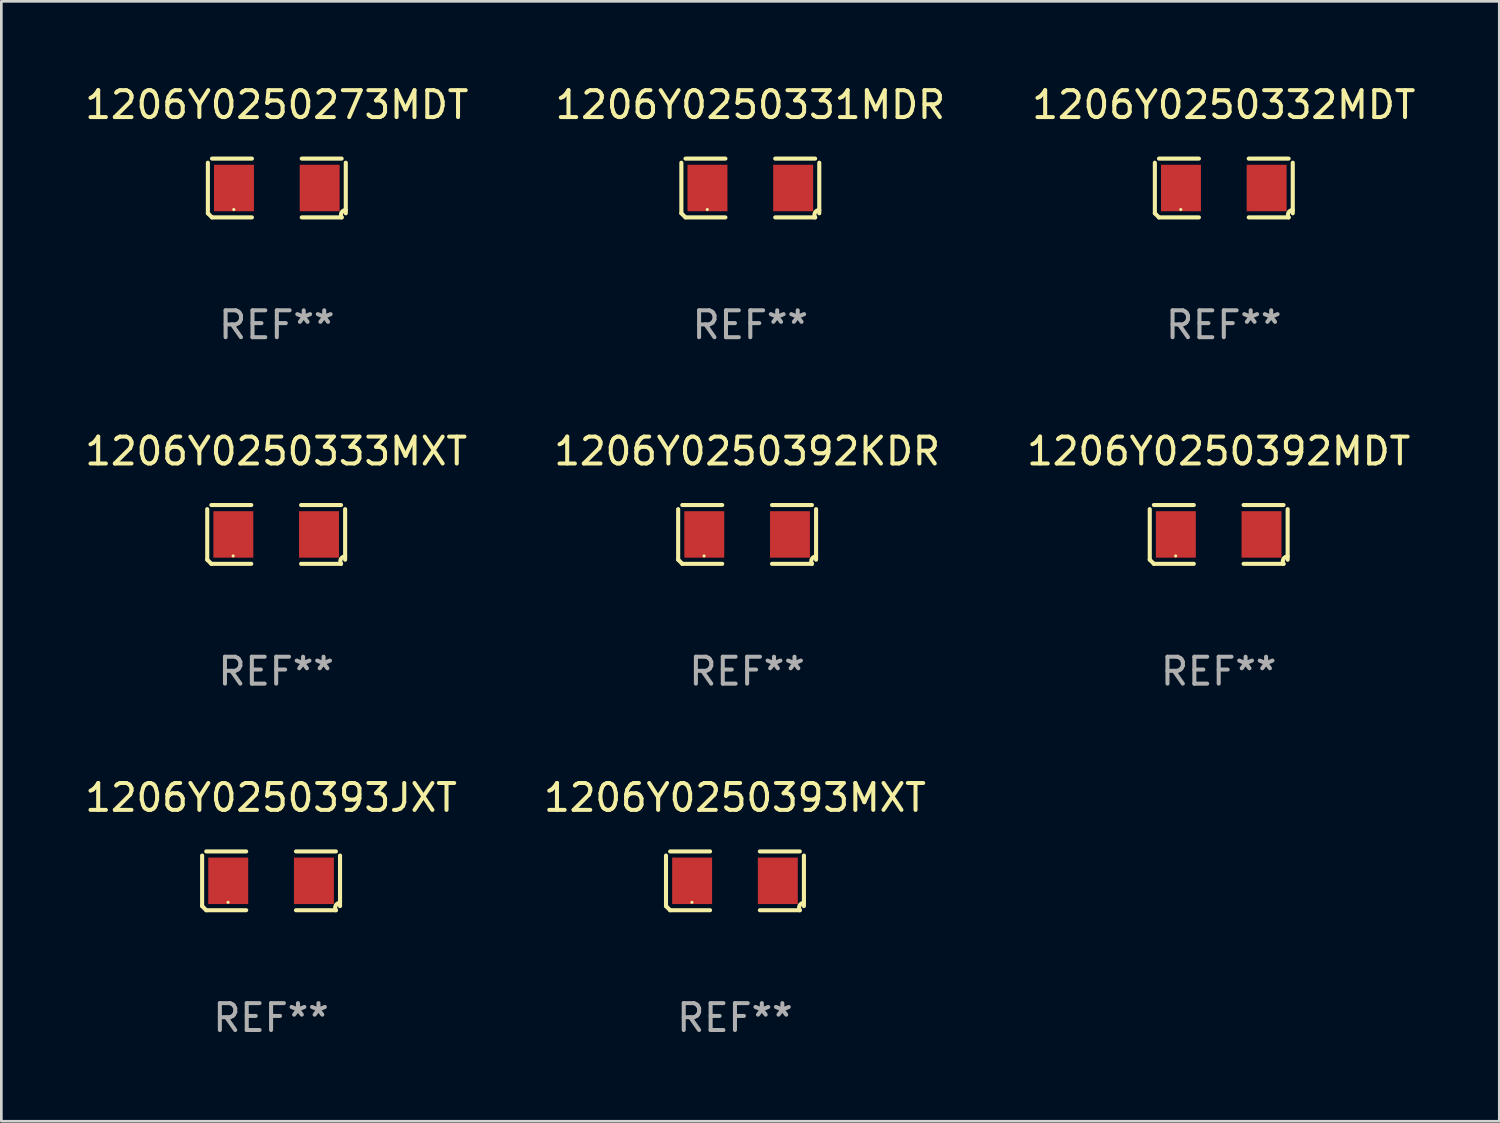
<source format=kicad_pcb>
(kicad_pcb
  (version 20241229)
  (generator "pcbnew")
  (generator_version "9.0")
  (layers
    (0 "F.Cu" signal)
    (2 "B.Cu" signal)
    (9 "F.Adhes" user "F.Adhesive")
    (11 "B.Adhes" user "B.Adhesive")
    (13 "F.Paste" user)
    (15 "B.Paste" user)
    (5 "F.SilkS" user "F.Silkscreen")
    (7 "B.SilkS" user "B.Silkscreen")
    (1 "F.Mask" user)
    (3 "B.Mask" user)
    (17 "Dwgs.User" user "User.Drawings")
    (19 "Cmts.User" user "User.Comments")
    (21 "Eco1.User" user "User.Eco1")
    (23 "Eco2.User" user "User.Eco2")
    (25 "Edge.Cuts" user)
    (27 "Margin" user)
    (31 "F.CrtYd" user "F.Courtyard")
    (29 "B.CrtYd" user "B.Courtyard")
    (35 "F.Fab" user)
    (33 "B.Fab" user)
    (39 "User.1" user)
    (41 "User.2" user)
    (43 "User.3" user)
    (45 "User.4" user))
  (footprint "1206Y0250392MDT"
    (layer "F.Cu")
    (at 42.268 16.823)
    (property "Reference" "1206Y0250392MDT" (at 0 -3.093 0) (layer "F.SilkS") (effects (font (size 1 1) (thickness 0.15))))
    (attr through_hole)
    (fp_line (start -2.564 0.94) (end -2.564 -0.94) (stroke (width 0.152) (type solid)) (layer "F.SilkS"))
    (fp_line (start -2.411 -1.093) (end -0.926 -1.093) (stroke (width 0.152) (type solid)) (layer "F.SilkS"))
    (fp_line (start -0.926 1.093) (end -2.411 1.093) (stroke (width 0.152) (type solid)) (layer "F.SilkS"))
    (fp_line (start 0.926 1.093) (end 2.411 1.093) (stroke (width 0.152) (type solid)) (layer "F.SilkS"))
    (fp_line (start 2.411 -1.093) (end 0.926 -1.093) (stroke (width 0.152) (type solid)) (layer "F.SilkS"))
    (fp_line (start 2.564 0.94) (end 2.564 -0.94) (stroke (width 0.152) (type solid)) (layer "F.SilkS"))
    (fp_arc (start -2.411201 1.092609) (mid -2.487413 1.01642) (end -2.563602 0.940208) (stroke (width 0.1524) (type solid)) (layer "F.SilkS"))
    (fp_arc (start 2.411201 1.092609) (mid 2.407159 0.911226) (end 2.563602 0.819347) (stroke (width 0.1524) (type solid)) (layer "F.SilkS"))
    (fp_circle (center -1.6 0.8) (end -1.57 0.8) (stroke (width 0.06) (type solid)) (fill no) (layer "F.SilkS"))
    (fp_text user "REF**" (at 0 5.093 0) (layer "F.Fab") (effects (font (size 1 1) (thickness 0.15))))
    (pad "1" smd rect (at -1.593 0) (size 1.485 1.728) (layers "F.Cu" "F.Mask" "F.Paste"))
    (pad "2" smd rect (at 1.593 0) (size 1.485 1.728) (layers "F.Cu" "F.Mask" "F.Paste")))
  (footprint "1206Y0250393JXT"
    (layer "F.Cu")
    (at 7.03 29.704)
    (property "Reference" "1206Y0250393JXT" (at 0 -3.093 0) (layer "F.SilkS") (effects (font (size 1 1) (thickness 0.15))))
    (attr through_hole)
    (fp_line (start -2.564 0.94) (end -2.564 -0.94) (stroke (width 0.152) (type solid)) (layer "F.SilkS"))
    (fp_line (start -2.411 -1.093) (end -0.926 -1.093) (stroke (width 0.152) (type solid)) (layer "F.SilkS"))
    (fp_line (start -0.926 1.093) (end -2.411 1.093) (stroke (width 0.152) (type solid)) (layer "F.SilkS"))
    (fp_line (start 0.926 1.093) (end 2.411 1.093) (stroke (width 0.152) (type solid)) (layer "F.SilkS"))
    (fp_line (start 2.411 -1.093) (end 0.926 -1.093) (stroke (width 0.152) (type solid)) (layer "F.SilkS"))
    (fp_line (start 2.564 0.94) (end 2.564 -0.94) (stroke (width 0.152) (type solid)) (layer "F.SilkS"))
    (fp_arc (start -2.411201 1.092609) (mid -2.487413 1.01642) (end -2.563602 0.940208) (stroke (width 0.1524) (type solid)) (layer "F.SilkS"))
    (fp_arc (start 2.411201 1.092609) (mid 2.407159 0.911226) (end 2.563602 0.819347) (stroke (width 0.1524) (type solid)) (layer "F.SilkS"))
    (fp_circle (center -1.6 0.8) (end -1.57 0.8) (stroke (width 0.06) (type solid)) (fill no) (layer "F.SilkS"))
    (fp_text user "REF**" (at 0 5.093 0) (layer "F.Fab") (effects (font (size 1 1) (thickness 0.15))))
    (pad "1" smd rect (at -1.593 0) (size 1.485 1.728) (layers "F.Cu" "F.Mask" "F.Paste"))
    (pad "2" smd rect (at 1.593 0) (size 1.485 1.728) (layers "F.Cu" "F.Mask" "F.Paste")))
  (footprint "1206Y0250392KDR"
    (layer "F.Cu")
    (at 24.732 16.823)
    (property "Reference" "1206Y0250392KDR" (at 0 -3.093 0) (layer "F.SilkS") (effects (font (size 1 1) (thickness 0.15))))
    (attr through_hole)
    (fp_line (start -2.564 0.94) (end -2.564 -0.94) (stroke (width 0.152) (type solid)) (layer "F.SilkS"))
    (fp_line (start -2.411 -1.093) (end -0.926 -1.093) (stroke (width 0.152) (type solid)) (layer "F.SilkS"))
    (fp_line (start -0.926 1.093) (end -2.411 1.093) (stroke (width 0.152) (type solid)) (layer "F.SilkS"))
    (fp_line (start 0.926 1.093) (end 2.411 1.093) (stroke (width 0.152) (type solid)) (layer "F.SilkS"))
    (fp_line (start 2.411 -1.093) (end 0.926 -1.093) (stroke (width 0.152) (type solid)) (layer "F.SilkS"))
    (fp_line (start 2.564 0.94) (end 2.564 -0.94) (stroke (width 0.152) (type solid)) (layer "F.SilkS"))
    (fp_arc (start -2.411201 1.092609) (mid -2.487413 1.01642) (end -2.563602 0.940208) (stroke (width 0.1524) (type solid)) (layer "F.SilkS"))
    (fp_arc (start 2.411201 1.092609) (mid 2.407159 0.911226) (end 2.563602 0.819347) (stroke (width 0.1524) (type solid)) (layer "F.SilkS"))
    (fp_circle (center -1.6 0.8) (end -1.57 0.8) (stroke (width 0.06) (type solid)) (fill no) (layer "F.SilkS"))
    (fp_text user "REF**" (at 0 5.093 0) (layer "F.Fab") (effects (font (size 1 1) (thickness 0.15))))
    (pad "1" smd rect (at -1.593 0) (size 1.485 1.728) (layers "F.Cu" "F.Mask" "F.Paste"))
    (pad "2" smd rect (at 1.593 0) (size 1.485 1.728) (layers "F.Cu" "F.Mask" "F.Paste")))
  (footprint "1206Y0250393MXT"
    (layer "F.Cu")
    (at 24.28 29.704)
    (property "Reference" "1206Y0250393MXT" (at 0 -3.093 0) (layer "F.SilkS") (effects (font (size 1 1) (thickness 0.15))))
    (attr through_hole)
    (fp_line (start -2.564 0.94) (end -2.564 -0.94) (stroke (width 0.152) (type solid)) (layer "F.SilkS"))
    (fp_line (start -2.411 -1.093) (end -0.926 -1.093) (stroke (width 0.152) (type solid)) (layer "F.SilkS"))
    (fp_line (start -0.926 1.093) (end -2.411 1.093) (stroke (width 0.152) (type solid)) (layer "F.SilkS"))
    (fp_line (start 0.926 1.093) (end 2.411 1.093) (stroke (width 0.152) (type solid)) (layer "F.SilkS"))
    (fp_line (start 2.411 -1.093) (end 0.926 -1.093) (stroke (width 0.152) (type solid)) (layer "F.SilkS"))
    (fp_line (start 2.564 0.94) (end 2.564 -0.94) (stroke (width 0.152) (type solid)) (layer "F.SilkS"))
    (fp_arc (start -2.411201 1.092609) (mid -2.487413 1.01642) (end -2.563602 0.940208) (stroke (width 0.1524) (type solid)) (layer "F.SilkS"))
    (fp_arc (start 2.411201 1.092609) (mid 2.407159 0.911226) (end 2.563602 0.819347) (stroke (width 0.1524) (type solid)) (layer "F.SilkS"))
    (fp_circle (center -1.6 0.8) (end -1.57 0.8) (stroke (width 0.06) (type solid)) (fill no) (layer "F.SilkS"))
    (fp_text user "REF**" (at 0 5.093 0) (layer "F.Fab") (effects (font (size 1 1) (thickness 0.15))))
    (pad "1" smd rect (at -1.593 0) (size 1.485 1.728) (layers "F.Cu" "F.Mask" "F.Paste"))
    (pad "2" smd rect (at 1.593 0) (size 1.485 1.728) (layers "F.Cu" "F.Mask" "F.Paste")))
  (footprint "1206Y0250333MXT"
    (layer "F.Cu")
    (at 7.22 16.823)
    (property "Reference" "1206Y0250333MXT" (at 0 -3.093 0) (layer "F.SilkS") (effects (font (size 1 1) (thickness 0.15))))
    (attr through_hole)
    (fp_line (start -2.564 0.94) (end -2.564 -0.94) (stroke (width 0.152) (type solid)) (layer "F.SilkS"))
    (fp_line (start -2.411 -1.093) (end -0.926 -1.093) (stroke (width 0.152) (type solid)) (layer "F.SilkS"))
    (fp_line (start -0.926 1.093) (end -2.411 1.093) (stroke (width 0.152) (type solid)) (layer "F.SilkS"))
    (fp_line (start 0.926 1.093) (end 2.411 1.093) (stroke (width 0.152) (type solid)) (layer "F.SilkS"))
    (fp_line (start 2.411 -1.093) (end 0.926 -1.093) (stroke (width 0.152) (type solid)) (layer "F.SilkS"))
    (fp_line (start 2.564 0.94) (end 2.564 -0.94) (stroke (width 0.152) (type solid)) (layer "F.SilkS"))
    (fp_arc (start -2.411201 1.092609) (mid -2.487413 1.01642) (end -2.563602 0.940208) (stroke (width 0.1524) (type solid)) (layer "F.SilkS"))
    (fp_arc (start 2.411201 1.092609) (mid 2.407159 0.911226) (end 2.563602 0.819347) (stroke (width 0.1524) (type solid)) (layer "F.SilkS"))
    (fp_circle (center -1.6 0.8) (end -1.57 0.8) (stroke (width 0.06) (type solid)) (fill no) (layer "F.SilkS"))
    (fp_text user "REF**" (at 0 5.093 0) (layer "F.Fab") (effects (font (size 1 1) (thickness 0.15))))
    (pad "1" smd rect (at -1.593 0) (size 1.485 1.728) (layers "F.Cu" "F.Mask" "F.Paste"))
    (pad "2" smd rect (at 1.593 0) (size 1.485 1.728) (layers "F.Cu" "F.Mask" "F.Paste")))
  (footprint "1206Y0250331MDR"
    (layer "F.Cu")
    (at 24.851 3.941)
    (property "Reference" "1206Y0250331MDR" (at 0 -3.093 0) (layer "F.SilkS") (effects (font (size 1 1) (thickness 0.15))))
    (attr through_hole)
    (fp_line (start -2.564 0.94) (end -2.564 -0.94) (stroke (width 0.152) (type solid)) (layer "F.SilkS"))
    (fp_line (start -2.411 -1.093) (end -0.926 -1.093) (stroke (width 0.152) (type solid)) (layer "F.SilkS"))
    (fp_line (start -0.926 1.093) (end -2.411 1.093) (stroke (width 0.152) (type solid)) (layer "F.SilkS"))
    (fp_line (start 0.926 1.093) (end 2.411 1.093) (stroke (width 0.152) (type solid)) (layer "F.SilkS"))
    (fp_line (start 2.411 -1.093) (end 0.926 -1.093) (stroke (width 0.152) (type solid)) (layer "F.SilkS"))
    (fp_line (start 2.564 0.94) (end 2.564 -0.94) (stroke (width 0.152) (type solid)) (layer "F.SilkS"))
    (fp_arc (start -2.411201 1.092609) (mid -2.487413 1.01642) (end -2.563602 0.940208) (stroke (width 0.1524) (type solid)) (layer "F.SilkS"))
    (fp_arc (start 2.411201 1.092609) (mid 2.407159 0.911226) (end 2.563602 0.819347) (stroke (width 0.1524) (type solid)) (layer "F.SilkS"))
    (fp_circle (center -1.6 0.8) (end -1.57 0.8) (stroke (width 0.06) (type solid)) (fill no) (layer "F.SilkS"))
    (fp_text user "REF**" (at 0 5.093 0) (layer "F.Fab") (effects (font (size 1 1) (thickness 0.15))))
    (pad "1" smd rect (at -1.593 0) (size 1.485 1.728) (layers "F.Cu" "F.Mask" "F.Paste"))
    (pad "2" smd rect (at 1.593 0) (size 1.485 1.728) (layers "F.Cu" "F.Mask" "F.Paste")))
  (footprint "1206Y0250273MDT"
    (layer "F.Cu")
    (at 7.244 3.941)
    (property "Reference" "1206Y0250273MDT" (at 0 -3.093 0) (layer "F.SilkS") (effects (font (size 1 1) (thickness 0.15))))
    (attr through_hole)
    (fp_line (start -2.564 0.94) (end -2.564 -0.94) (stroke (width 0.152) (type solid)) (layer "F.SilkS"))
    (fp_line (start -2.411 -1.093) (end -0.926 -1.093) (stroke (width 0.152) (type solid)) (layer "F.SilkS"))
    (fp_line (start -0.926 1.093) (end -2.411 1.093) (stroke (width 0.152) (type solid)) (layer "F.SilkS"))
    (fp_line (start 0.926 1.093) (end 2.411 1.093) (stroke (width 0.152) (type solid)) (layer "F.SilkS"))
    (fp_line (start 2.411 -1.093) (end 0.926 -1.093) (stroke (width 0.152) (type solid)) (layer "F.SilkS"))
    (fp_line (start 2.564 0.94) (end 2.564 -0.94) (stroke (width 0.152) (type solid)) (layer "F.SilkS"))
    (fp_arc (start -2.411201 1.092609) (mid -2.487413 1.01642) (end -2.563602 0.940208) (stroke (width 0.1524) (type solid)) (layer "F.SilkS"))
    (fp_arc (start 2.411201 1.092609) (mid 2.407159 0.911226) (end 2.563602 0.819347) (stroke (width 0.1524) (type solid)) (layer "F.SilkS"))
    (fp_circle (center -1.6 0.8) (end -1.57 0.8) (stroke (width 0.06) (type solid)) (fill no) (layer "F.SilkS"))
    (fp_text user "REF**" (at 0 5.093 0) (layer "F.Fab") (effects (font (size 1 1) (thickness 0.15))))
    (pad "1" smd rect (at -1.593 0) (size 1.485 1.728) (layers "F.Cu" "F.Mask" "F.Paste"))
    (pad "2" smd rect (at 1.593 0) (size 1.485 1.728) (layers "F.Cu" "F.Mask" "F.Paste")))
  (footprint "1206Y0250332MDT"
    (layer "F.Cu")
    (at 42.458 3.941)
    (property "Reference" "1206Y0250332MDT" (at 0 -3.093 0) (layer "F.SilkS") (effects (font (size 1 1) (thickness 0.15))))
    (attr through_hole)
    (fp_line (start -2.564 0.94) (end -2.564 -0.94) (stroke (width 0.152) (type solid)) (layer "F.SilkS"))
    (fp_line (start -2.411 -1.093) (end -0.926 -1.093) (stroke (width 0.152) (type solid)) (layer "F.SilkS"))
    (fp_line (start -0.926 1.093) (end -2.411 1.093) (stroke (width 0.152) (type solid)) (layer "F.SilkS"))
    (fp_line (start 0.926 1.093) (end 2.411 1.093) (stroke (width 0.152) (type solid)) (layer "F.SilkS"))
    (fp_line (start 2.411 -1.093) (end 0.926 -1.093) (stroke (width 0.152) (type solid)) (layer "F.SilkS"))
    (fp_line (start 2.564 0.94) (end 2.564 -0.94) (stroke (width 0.152) (type solid)) (layer "F.SilkS"))
    (fp_arc (start -2.411201 1.092609) (mid -2.487413 1.01642) (end -2.563602 0.940208) (stroke (width 0.1524) (type solid)) (layer "F.SilkS"))
    (fp_arc (start 2.411201 1.092609) (mid 2.407159 0.911226) (end 2.563602 0.819347) (stroke (width 0.1524) (type solid)) (layer "F.SilkS"))
    (fp_circle (center -1.6 0.8) (end -1.57 0.8) (stroke (width 0.06) (type solid)) (fill no) (layer "F.SilkS"))
    (fp_text user "REF**" (at 0 5.093 0) (layer "F.Fab") (effects (font (size 1 1) (thickness 0.15))))
    (pad "1" smd rect (at -1.593 0) (size 1.485 1.728) (layers "F.Cu" "F.Mask" "F.Paste"))
    (pad "2" smd rect (at 1.593 0) (size 1.485 1.728) (layers "F.Cu" "F.Mask" "F.Paste")))
  (gr_rect
    (start -3 -3)
    (end 52.702 38.645)
    (stroke (width 0.1) (type default))
    (fill no)
    (layer "Edge.Cuts")))
</source>
